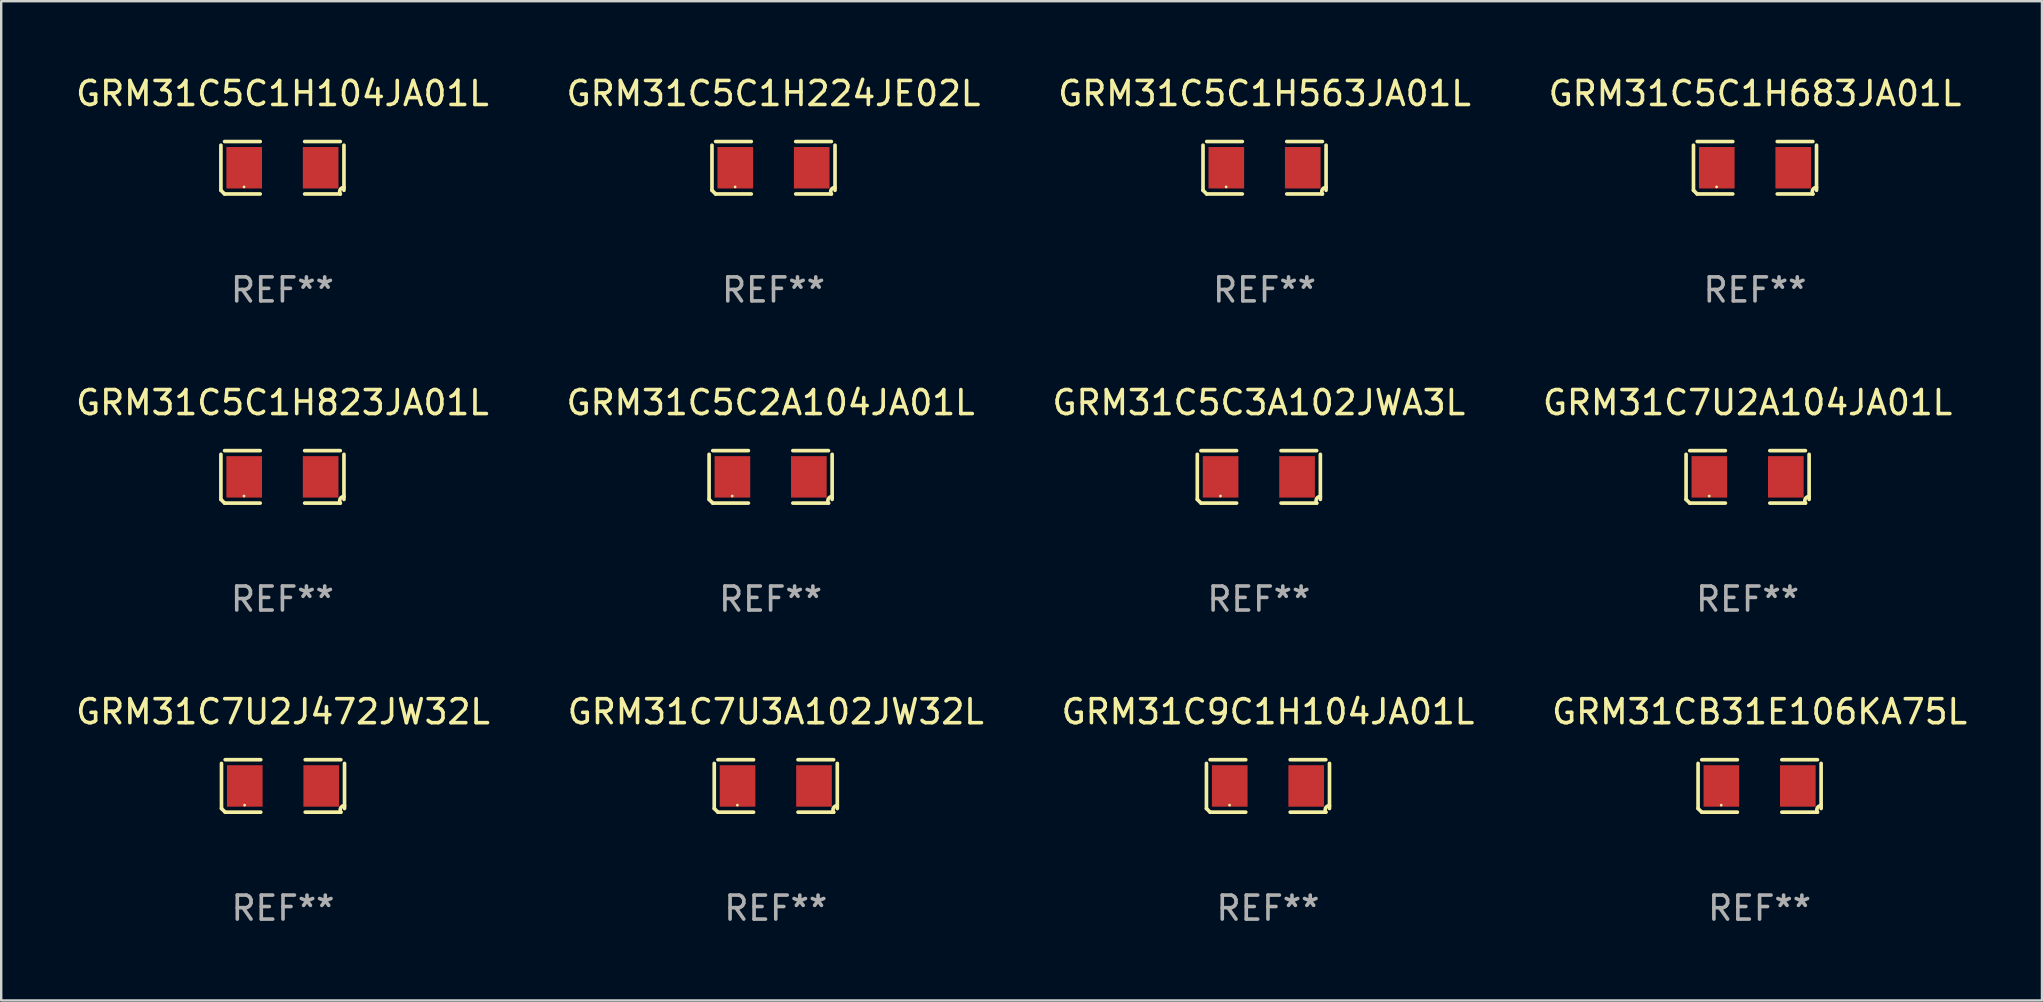
<source format=kicad_pcb>
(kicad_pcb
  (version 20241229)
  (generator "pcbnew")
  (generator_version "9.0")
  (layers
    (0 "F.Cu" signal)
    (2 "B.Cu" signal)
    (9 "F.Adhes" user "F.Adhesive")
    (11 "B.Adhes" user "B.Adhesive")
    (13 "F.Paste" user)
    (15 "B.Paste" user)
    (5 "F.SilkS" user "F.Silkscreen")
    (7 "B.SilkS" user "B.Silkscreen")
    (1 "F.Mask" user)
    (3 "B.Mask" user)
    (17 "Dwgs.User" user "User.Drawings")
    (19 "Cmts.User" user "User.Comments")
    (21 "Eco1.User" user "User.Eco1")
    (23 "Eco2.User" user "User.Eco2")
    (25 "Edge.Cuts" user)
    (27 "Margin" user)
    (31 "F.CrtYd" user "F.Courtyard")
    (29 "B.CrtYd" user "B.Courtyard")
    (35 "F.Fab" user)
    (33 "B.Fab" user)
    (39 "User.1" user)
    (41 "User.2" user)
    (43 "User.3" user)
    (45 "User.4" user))
  (footprint "GRM31C5C3A102JWA3L"
    (layer "F.Cu")
    (at 49.411 16.823)
    (property "Reference" "GRM31C5C3A102JWA3L" (at 0 -3.093 0) (layer "F.SilkS") (effects (font (size 1 1) (thickness 0.15))))
    (attr through_hole)
    (fp_line (start -2.564 0.94) (end -2.564 -0.94) (stroke (width 0.152) (type solid)) (layer "F.SilkS"))
    (fp_line (start -2.411 -1.093) (end -0.926 -1.093) (stroke (width 0.152) (type solid)) (layer "F.SilkS"))
    (fp_line (start -0.926 1.093) (end -2.411 1.093) (stroke (width 0.152) (type solid)) (layer "F.SilkS"))
    (fp_line (start 0.926 1.093) (end 2.411 1.093) (stroke (width 0.152) (type solid)) (layer "F.SilkS"))
    (fp_line (start 2.411 -1.093) (end 0.926 -1.093) (stroke (width 0.152) (type solid)) (layer "F.SilkS"))
    (fp_line (start 2.564 0.94) (end 2.564 -0.94) (stroke (width 0.152) (type solid)) (layer "F.SilkS"))
    (fp_arc (start -2.411201 1.092609) (mid -2.487413 1.01642) (end -2.563602 0.940208) (stroke (width 0.1524) (type solid)) (layer "F.SilkS"))
    (fp_arc (start 2.411201 1.092609) (mid 2.407159 0.911226) (end 2.563602 0.819347) (stroke (width 0.1524) (type solid)) (layer "F.SilkS"))
    (fp_circle (center -1.6 0.8) (end -1.57 0.8) (stroke (width 0.06) (type solid)) (fill no) (layer "F.SilkS"))
    (fp_text user "REF**" (at 0 5.093 0) (layer "F.Fab") (effects (font (size 1 1) (thickness 0.15))))
    (pad "1" smd rect (at -1.593 0) (size 1.485 1.728) (layers "F.Cu" "F.Mask" "F.Paste"))
    (pad "2" smd rect (at 1.593 0) (size 1.485 1.728) (layers "F.Cu" "F.Mask" "F.Paste")))
  (footprint "GRM31C9C1H104JA01L"
    (layer "F.Cu")
    (at 49.792 29.704)
    (property "Reference" "GRM31C9C1H104JA01L" (at 0 -3.093 0) (layer "F.SilkS") (effects (font (size 1 1) (thickness 0.15))))
    (attr through_hole)
    (fp_line (start -2.564 0.94) (end -2.564 -0.94) (stroke (width 0.152) (type solid)) (layer "F.SilkS"))
    (fp_line (start -2.411 -1.093) (end -0.926 -1.093) (stroke (width 0.152) (type solid)) (layer "F.SilkS"))
    (fp_line (start -0.926 1.093) (end -2.411 1.093) (stroke (width 0.152) (type solid)) (layer "F.SilkS"))
    (fp_line (start 0.926 1.093) (end 2.411 1.093) (stroke (width 0.152) (type solid)) (layer "F.SilkS"))
    (fp_line (start 2.411 -1.093) (end 0.926 -1.093) (stroke (width 0.152) (type solid)) (layer "F.SilkS"))
    (fp_line (start 2.564 0.94) (end 2.564 -0.94) (stroke (width 0.152) (type solid)) (layer "F.SilkS"))
    (fp_arc (start -2.411201 1.092609) (mid -2.487413 1.01642) (end -2.563602 0.940208) (stroke (width 0.1524) (type solid)) (layer "F.SilkS"))
    (fp_arc (start 2.411201 1.092609) (mid 2.407159 0.911226) (end 2.563602 0.819347) (stroke (width 0.1524) (type solid)) (layer "F.SilkS"))
    (fp_circle (center -1.6 0.8) (end -1.57 0.8) (stroke (width 0.06) (type solid)) (fill no) (layer "F.SilkS"))
    (fp_text user "REF**" (at 0 5.093 0) (layer "F.Fab") (effects (font (size 1 1) (thickness 0.15))))
    (pad "1" smd rect (at -1.593 0) (size 1.485 1.728) (layers "F.Cu" "F.Mask" "F.Paste"))
    (pad "2" smd rect (at 1.593 0) (size 1.485 1.728) (layers "F.Cu" "F.Mask" "F.Paste")))
  (footprint "GRM31C5C1H224JE02L"
    (layer "F.Cu")
    (at 29.185 3.941)
    (property "Reference" "GRM31C5C1H224JE02L" (at 0 -3.093 0) (layer "F.SilkS") (effects (font (size 1 1) (thickness 0.15))))
    (attr through_hole)
    (fp_line (start -2.564 0.94) (end -2.564 -0.94) (stroke (width 0.152) (type solid)) (layer "F.SilkS"))
    (fp_line (start -2.411 -1.093) (end -0.926 -1.093) (stroke (width 0.152) (type solid)) (layer "F.SilkS"))
    (fp_line (start -0.926 1.093) (end -2.411 1.093) (stroke (width 0.152) (type solid)) (layer "F.SilkS"))
    (fp_line (start 0.926 1.093) (end 2.411 1.093) (stroke (width 0.152) (type solid)) (layer "F.SilkS"))
    (fp_line (start 2.411 -1.093) (end 0.926 -1.093) (stroke (width 0.152) (type solid)) (layer "F.SilkS"))
    (fp_line (start 2.564 0.94) (end 2.564 -0.94) (stroke (width 0.152) (type solid)) (layer "F.SilkS"))
    (fp_arc (start -2.411201 1.092609) (mid -2.487413 1.01642) (end -2.563602 0.940208) (stroke (width 0.1524) (type solid)) (layer "F.SilkS"))
    (fp_arc (start 2.411201 1.092609) (mid 2.407159 0.911226) (end 2.563602 0.819347) (stroke (width 0.1524) (type solid)) (layer "F.SilkS"))
    (fp_circle (center -1.6 0.8) (end -1.57 0.8) (stroke (width 0.06) (type solid)) (fill no) (layer "F.SilkS"))
    (fp_text user "REF**" (at 0 5.093 0) (layer "F.Fab") (effects (font (size 1 1) (thickness 0.15))))
    (pad "1" smd rect (at -1.593 0) (size 1.485 1.728) (layers "F.Cu" "F.Mask" "F.Paste"))
    (pad "2" smd rect (at 1.593 0) (size 1.485 1.728) (layers "F.Cu" "F.Mask" "F.Paste")))
  (footprint "GRM31CB31E106KA75L"
    (layer "F.Cu")
    (at 70.28 29.704)
    (property "Reference" "GRM31CB31E106KA75L" (at 0 -3.093 0) (layer "F.SilkS") (effects (font (size 1 1) (thickness 0.15))))
    (attr through_hole)
    (fp_line (start -2.564 0.94) (end -2.564 -0.94) (stroke (width 0.152) (type solid)) (layer "F.SilkS"))
    (fp_line (start -2.411 -1.093) (end -0.926 -1.093) (stroke (width 0.152) (type solid)) (layer "F.SilkS"))
    (fp_line (start -0.926 1.093) (end -2.411 1.093) (stroke (width 0.152) (type solid)) (layer "F.SilkS"))
    (fp_line (start 0.926 1.093) (end 2.411 1.093) (stroke (width 0.152) (type solid)) (layer "F.SilkS"))
    (fp_line (start 2.411 -1.093) (end 0.926 -1.093) (stroke (width 0.152) (type solid)) (layer "F.SilkS"))
    (fp_line (start 2.564 0.94) (end 2.564 -0.94) (stroke (width 0.152) (type solid)) (layer "F.SilkS"))
    (fp_arc (start -2.411201 1.092609) (mid -2.487413 1.01642) (end -2.563602 0.940208) (stroke (width 0.1524) (type solid)) (layer "F.SilkS"))
    (fp_arc (start 2.411201 1.092609) (mid 2.407159 0.911226) (end 2.563602 0.819347) (stroke (width 0.1524) (type solid)) (layer "F.SilkS"))
    (fp_circle (center -1.6 0.8) (end -1.57 0.8) (stroke (width 0.06) (type solid)) (fill no) (layer "F.SilkS"))
    (fp_text user "REF**" (at 0 5.093 0) (layer "F.Fab") (effects (font (size 1 1) (thickness 0.15))))
    (pad "1" smd rect (at -1.593 0) (size 1.485 1.728) (layers "F.Cu" "F.Mask" "F.Paste"))
    (pad "2" smd rect (at 1.593 0) (size 1.485 1.728) (layers "F.Cu" "F.Mask" "F.Paste")))
  (footprint "GRM31C5C1H563JA01L"
    (layer "F.Cu")
    (at 49.649 3.941)
    (property "Reference" "GRM31C5C1H563JA01L" (at 0 -3.093 0) (layer "F.SilkS") (effects (font (size 1 1) (thickness 0.15))))
    (attr through_hole)
    (fp_line (start -2.564 0.94) (end -2.564 -0.94) (stroke (width 0.152) (type solid)) (layer "F.SilkS"))
    (fp_line (start -2.411 -1.093) (end -0.926 -1.093) (stroke (width 0.152) (type solid)) (layer "F.SilkS"))
    (fp_line (start -0.926 1.093) (end -2.411 1.093) (stroke (width 0.152) (type solid)) (layer "F.SilkS"))
    (fp_line (start 0.926 1.093) (end 2.411 1.093) (stroke (width 0.152) (type solid)) (layer "F.SilkS"))
    (fp_line (start 2.411 -1.093) (end 0.926 -1.093) (stroke (width 0.152) (type solid)) (layer "F.SilkS"))
    (fp_line (start 2.564 0.94) (end 2.564 -0.94) (stroke (width 0.152) (type solid)) (layer "F.SilkS"))
    (fp_arc (start -2.411201 1.092609) (mid -2.487413 1.01642) (end -2.563602 0.940208) (stroke (width 0.1524) (type solid)) (layer "F.SilkS"))
    (fp_arc (start 2.411201 1.092609) (mid 2.407159 0.911226) (end 2.563602 0.819347) (stroke (width 0.1524) (type solid)) (layer "F.SilkS"))
    (fp_circle (center -1.6 0.8) (end -1.57 0.8) (stroke (width 0.06) (type solid)) (fill no) (layer "F.SilkS"))
    (fp_text user "REF**" (at 0 5.093 0) (layer "F.Fab") (effects (font (size 1 1) (thickness 0.15))))
    (pad "1" smd rect (at -1.593 0) (size 1.485 1.728) (layers "F.Cu" "F.Mask" "F.Paste"))
    (pad "2" smd rect (at 1.593 0) (size 1.485 1.728) (layers "F.Cu" "F.Mask" "F.Paste")))
  (footprint "GRM31C7U3A102JW32L"
    (layer "F.Cu")
    (at 29.28 29.704)
    (property "Reference" "GRM31C7U3A102JW32L" (at 0 -3.093 0) (layer "F.SilkS") (effects (font (size 1 1) (thickness 0.15))))
    (attr through_hole)
    (fp_line (start -2.564 0.94) (end -2.564 -0.94) (stroke (width 0.152) (type solid)) (layer "F.SilkS"))
    (fp_line (start -2.411 -1.093) (end -0.926 -1.093) (stroke (width 0.152) (type solid)) (layer "F.SilkS"))
    (fp_line (start -0.926 1.093) (end -2.411 1.093) (stroke (width 0.152) (type solid)) (layer "F.SilkS"))
    (fp_line (start 0.926 1.093) (end 2.411 1.093) (stroke (width 0.152) (type solid)) (layer "F.SilkS"))
    (fp_line (start 2.411 -1.093) (end 0.926 -1.093) (stroke (width 0.152) (type solid)) (layer "F.SilkS"))
    (fp_line (start 2.564 0.94) (end 2.564 -0.94) (stroke (width 0.152) (type solid)) (layer "F.SilkS"))
    (fp_arc (start -2.411201 1.092609) (mid -2.487413 1.01642) (end -2.563602 0.940208) (stroke (width 0.1524) (type solid)) (layer "F.SilkS"))
    (fp_arc (start 2.411201 1.092609) (mid 2.407159 0.911226) (end 2.563602 0.819347) (stroke (width 0.1524) (type solid)) (layer "F.SilkS"))
    (fp_circle (center -1.6 0.8) (end -1.57 0.8) (stroke (width 0.06) (type solid)) (fill no) (layer "F.SilkS"))
    (fp_text user "REF**" (at 0 5.093 0) (layer "F.Fab") (effects (font (size 1 1) (thickness 0.15))))
    (pad "1" smd rect (at -1.593 0) (size 1.485 1.728) (layers "F.Cu" "F.Mask" "F.Paste"))
    (pad "2" smd rect (at 1.593 0) (size 1.485 1.728) (layers "F.Cu" "F.Mask" "F.Paste")))
  (footprint "GRM31C5C1H104JA01L"
    (layer "F.Cu")
    (at 8.72 3.941)
    (property "Reference" "GRM31C5C1H104JA01L" (at 0 -3.093 0) (layer "F.SilkS") (effects (font (size 1 1) (thickness 0.15))))
    (attr through_hole)
    (fp_line (start -2.564 0.94) (end -2.564 -0.94) (stroke (width 0.152) (type solid)) (layer "F.SilkS"))
    (fp_line (start -2.411 -1.093) (end -0.926 -1.093) (stroke (width 0.152) (type solid)) (layer "F.SilkS"))
    (fp_line (start -0.926 1.093) (end -2.411 1.093) (stroke (width 0.152) (type solid)) (layer "F.SilkS"))
    (fp_line (start 0.926 1.093) (end 2.411 1.093) (stroke (width 0.152) (type solid)) (layer "F.SilkS"))
    (fp_line (start 2.411 -1.093) (end 0.926 -1.093) (stroke (width 0.152) (type solid)) (layer "F.SilkS"))
    (fp_line (start 2.564 0.94) (end 2.564 -0.94) (stroke (width 0.152) (type solid)) (layer "F.SilkS"))
    (fp_arc (start -2.411201 1.092609) (mid -2.487413 1.01642) (end -2.563602 0.940208) (stroke (width 0.1524) (type solid)) (layer "F.SilkS"))
    (fp_arc (start 2.411201 1.092609) (mid 2.407159 0.911226) (end 2.563602 0.819347) (stroke (width 0.1524) (type solid)) (layer "F.SilkS"))
    (fp_circle (center -1.6 0.8) (end -1.57 0.8) (stroke (width 0.06) (type solid)) (fill no) (layer "F.SilkS"))
    (fp_text user "REF**" (at 0 5.093 0) (layer "F.Fab") (effects (font (size 1 1) (thickness 0.15))))
    (pad "1" smd rect (at -1.593 0) (size 1.485 1.728) (layers "F.Cu" "F.Mask" "F.Paste"))
    (pad "2" smd rect (at 1.593 0) (size 1.485 1.728) (layers "F.Cu" "F.Mask" "F.Paste")))
  (footprint "GRM31C5C1H823JA01L"
    (layer "F.Cu")
    (at 8.72 16.823)
    (property "Reference" "GRM31C5C1H823JA01L" (at 0 -3.093 0) (layer "F.SilkS") (effects (font (size 1 1) (thickness 0.15))))
    (attr through_hole)
    (fp_line (start -2.564 0.94) (end -2.564 -0.94) (stroke (width 0.152) (type solid)) (layer "F.SilkS"))
    (fp_line (start -2.411 -1.093) (end -0.926 -1.093) (stroke (width 0.152) (type solid)) (layer "F.SilkS"))
    (fp_line (start -0.926 1.093) (end -2.411 1.093) (stroke (width 0.152) (type solid)) (layer "F.SilkS"))
    (fp_line (start 0.926 1.093) (end 2.411 1.093) (stroke (width 0.152) (type solid)) (layer "F.SilkS"))
    (fp_line (start 2.411 -1.093) (end 0.926 -1.093) (stroke (width 0.152) (type solid)) (layer "F.SilkS"))
    (fp_line (start 2.564 0.94) (end 2.564 -0.94) (stroke (width 0.152) (type solid)) (layer "F.SilkS"))
    (fp_arc (start -2.411201 1.092609) (mid -2.487413 1.01642) (end -2.563602 0.940208) (stroke (width 0.1524) (type solid)) (layer "F.SilkS"))
    (fp_arc (start 2.411201 1.092609) (mid 2.407159 0.911226) (end 2.563602 0.819347) (stroke (width 0.1524) (type solid)) (layer "F.SilkS"))
    (fp_circle (center -1.6 0.8) (end -1.57 0.8) (stroke (width 0.06) (type solid)) (fill no) (layer "F.SilkS"))
    (fp_text user "REF**" (at 0 5.093 0) (layer "F.Fab") (effects (font (size 1 1) (thickness 0.15))))
    (pad "1" smd rect (at -1.593 0) (size 1.485 1.728) (layers "F.Cu" "F.Mask" "F.Paste"))
    (pad "2" smd rect (at 1.593 0) (size 1.485 1.728) (layers "F.Cu" "F.Mask" "F.Paste")))
  (footprint "GRM31C7U2A104JA01L"
    (layer "F.Cu")
    (at 69.78 16.823)
    (property "Reference" "GRM31C7U2A104JA01L" (at 0 -3.093 0) (layer "F.SilkS") (effects (font (size 1 1) (thickness 0.15))))
    (attr through_hole)
    (fp_line (start -2.564 0.94) (end -2.564 -0.94) (stroke (width 0.152) (type solid)) (layer "F.SilkS"))
    (fp_line (start -2.411 -1.093) (end -0.926 -1.093) (stroke (width 0.152) (type solid)) (layer "F.SilkS"))
    (fp_line (start -0.926 1.093) (end -2.411 1.093) (stroke (width 0.152) (type solid)) (layer "F.SilkS"))
    (fp_line (start 0.926 1.093) (end 2.411 1.093) (stroke (width 0.152) (type solid)) (layer "F.SilkS"))
    (fp_line (start 2.411 -1.093) (end 0.926 -1.093) (stroke (width 0.152) (type solid)) (layer "F.SilkS"))
    (fp_line (start 2.564 0.94) (end 2.564 -0.94) (stroke (width 0.152) (type solid)) (layer "F.SilkS"))
    (fp_arc (start -2.411201 1.092609) (mid -2.487413 1.01642) (end -2.563602 0.940208) (stroke (width 0.1524) (type solid)) (layer "F.SilkS"))
    (fp_arc (start 2.411201 1.092609) (mid 2.407159 0.911226) (end 2.563602 0.819347) (stroke (width 0.1524) (type solid)) (layer "F.SilkS"))
    (fp_circle (center -1.6 0.8) (end -1.57 0.8) (stroke (width 0.06) (type solid)) (fill no) (layer "F.SilkS"))
    (fp_text user "REF**" (at 0 5.093 0) (layer "F.Fab") (effects (font (size 1 1) (thickness 0.15))))
    (pad "1" smd rect (at -1.593 0) (size 1.485 1.728) (layers "F.Cu" "F.Mask" "F.Paste"))
    (pad "2" smd rect (at 1.593 0) (size 1.485 1.728) (layers "F.Cu" "F.Mask" "F.Paste")))
  (footprint "GRM31C5C1H683JA01L"
    (layer "F.Cu")
    (at 70.089 3.941)
    (property "Reference" "GRM31C5C1H683JA01L" (at 0 -3.093 0) (layer "F.SilkS") (effects (font (size 1 1) (thickness 0.15))))
    (attr through_hole)
    (fp_line (start -2.564 0.94) (end -2.564 -0.94) (stroke (width 0.152) (type solid)) (layer "F.SilkS"))
    (fp_line (start -2.411 -1.093) (end -0.926 -1.093) (stroke (width 0.152) (type solid)) (layer "F.SilkS"))
    (fp_line (start -0.926 1.093) (end -2.411 1.093) (stroke (width 0.152) (type solid)) (layer "F.SilkS"))
    (fp_line (start 0.926 1.093) (end 2.411 1.093) (stroke (width 0.152) (type solid)) (layer "F.SilkS"))
    (fp_line (start 2.411 -1.093) (end 0.926 -1.093) (stroke (width 0.152) (type solid)) (layer "F.SilkS"))
    (fp_line (start 2.564 0.94) (end 2.564 -0.94) (stroke (width 0.152) (type solid)) (layer "F.SilkS"))
    (fp_arc (start -2.411201 1.092609) (mid -2.487413 1.01642) (end -2.563602 0.940208) (stroke (width 0.1524) (type solid)) (layer "F.SilkS"))
    (fp_arc (start 2.411201 1.092609) (mid 2.407159 0.911226) (end 2.563602 0.819347) (stroke (width 0.1524) (type solid)) (layer "F.SilkS"))
    (fp_circle (center -1.6 0.8) (end -1.57 0.8) (stroke (width 0.06) (type solid)) (fill no) (layer "F.SilkS"))
    (fp_text user "REF**" (at 0 5.093 0) (layer "F.Fab") (effects (font (size 1 1) (thickness 0.15))))
    (pad "1" smd rect (at -1.593 0) (size 1.485 1.728) (layers "F.Cu" "F.Mask" "F.Paste"))
    (pad "2" smd rect (at 1.593 0) (size 1.485 1.728) (layers "F.Cu" "F.Mask" "F.Paste")))
  (footprint "GRM31C7U2J472JW32L"
    (layer "F.Cu")
    (at 8.744 29.704)
    (property "Reference" "GRM31C7U2J472JW32L" (at 0 -3.093 0) (layer "F.SilkS") (effects (font (size 1 1) (thickness 0.15))))
    (attr through_hole)
    (fp_line (start -2.564 0.94) (end -2.564 -0.94) (stroke (width 0.152) (type solid)) (layer "F.SilkS"))
    (fp_line (start -2.411 -1.093) (end -0.926 -1.093) (stroke (width 0.152) (type solid)) (layer "F.SilkS"))
    (fp_line (start -0.926 1.093) (end -2.411 1.093) (stroke (width 0.152) (type solid)) (layer "F.SilkS"))
    (fp_line (start 0.926 1.093) (end 2.411 1.093) (stroke (width 0.152) (type solid)) (layer "F.SilkS"))
    (fp_line (start 2.411 -1.093) (end 0.926 -1.093) (stroke (width 0.152) (type solid)) (layer "F.SilkS"))
    (fp_line (start 2.564 0.94) (end 2.564 -0.94) (stroke (width 0.152) (type solid)) (layer "F.SilkS"))
    (fp_arc (start -2.411201 1.092609) (mid -2.487413 1.01642) (end -2.563602 0.940208) (stroke (width 0.1524) (type solid)) (layer "F.SilkS"))
    (fp_arc (start 2.411201 1.092609) (mid 2.407159 0.911226) (end 2.563602 0.819347) (stroke (width 0.1524) (type solid)) (layer "F.SilkS"))
    (fp_circle (center -1.6 0.8) (end -1.57 0.8) (stroke (width 0.06) (type solid)) (fill no) (layer "F.SilkS"))
    (fp_text user "REF**" (at 0 5.093 0) (layer "F.Fab") (effects (font (size 1 1) (thickness 0.15))))
    (pad "1" smd rect (at -1.593 0) (size 1.485 1.728) (layers "F.Cu" "F.Mask" "F.Paste"))
    (pad "2" smd rect (at 1.593 0) (size 1.485 1.728) (layers "F.Cu" "F.Mask" "F.Paste")))
  (footprint "GRM31C5C2A104JA01L"
    (layer "F.Cu")
    (at 29.065 16.823)
    (property "Reference" "GRM31C5C2A104JA01L" (at 0 -3.093 0) (layer "F.SilkS") (effects (font (size 1 1) (thickness 0.15))))
    (attr through_hole)
    (fp_line (start -2.564 0.94) (end -2.564 -0.94) (stroke (width 0.152) (type solid)) (layer "F.SilkS"))
    (fp_line (start -2.411 -1.093) (end -0.926 -1.093) (stroke (width 0.152) (type solid)) (layer "F.SilkS"))
    (fp_line (start -0.926 1.093) (end -2.411 1.093) (stroke (width 0.152) (type solid)) (layer "F.SilkS"))
    (fp_line (start 0.926 1.093) (end 2.411 1.093) (stroke (width 0.152) (type solid)) (layer "F.SilkS"))
    (fp_line (start 2.411 -1.093) (end 0.926 -1.093) (stroke (width 0.152) (type solid)) (layer "F.SilkS"))
    (fp_line (start 2.564 0.94) (end 2.564 -0.94) (stroke (width 0.152) (type solid)) (layer "F.SilkS"))
    (fp_arc (start -2.411201 1.092609) (mid -2.487413 1.01642) (end -2.563602 0.940208) (stroke (width 0.1524) (type solid)) (layer "F.SilkS"))
    (fp_arc (start 2.411201 1.092609) (mid 2.407159 0.911226) (end 2.563602 0.819347) (stroke (width 0.1524) (type solid)) (layer "F.SilkS"))
    (fp_circle (center -1.6 0.8) (end -1.57 0.8) (stroke (width 0.06) (type solid)) (fill no) (layer "F.SilkS"))
    (fp_text user "REF**" (at 0 5.093 0) (layer "F.Fab") (effects (font (size 1 1) (thickness 0.15))))
    (pad "1" smd rect (at -1.593 0) (size 1.485 1.728) (layers "F.Cu" "F.Mask" "F.Paste"))
    (pad "2" smd rect (at 1.593 0) (size 1.485 1.728) (layers "F.Cu" "F.Mask" "F.Paste")))
  (gr_rect
    (start -3 -3)
    (end 82.048 38.645)
    (stroke (width 0.1) (type default))
    (fill no)
    (layer "Edge.Cuts")))
</source>
